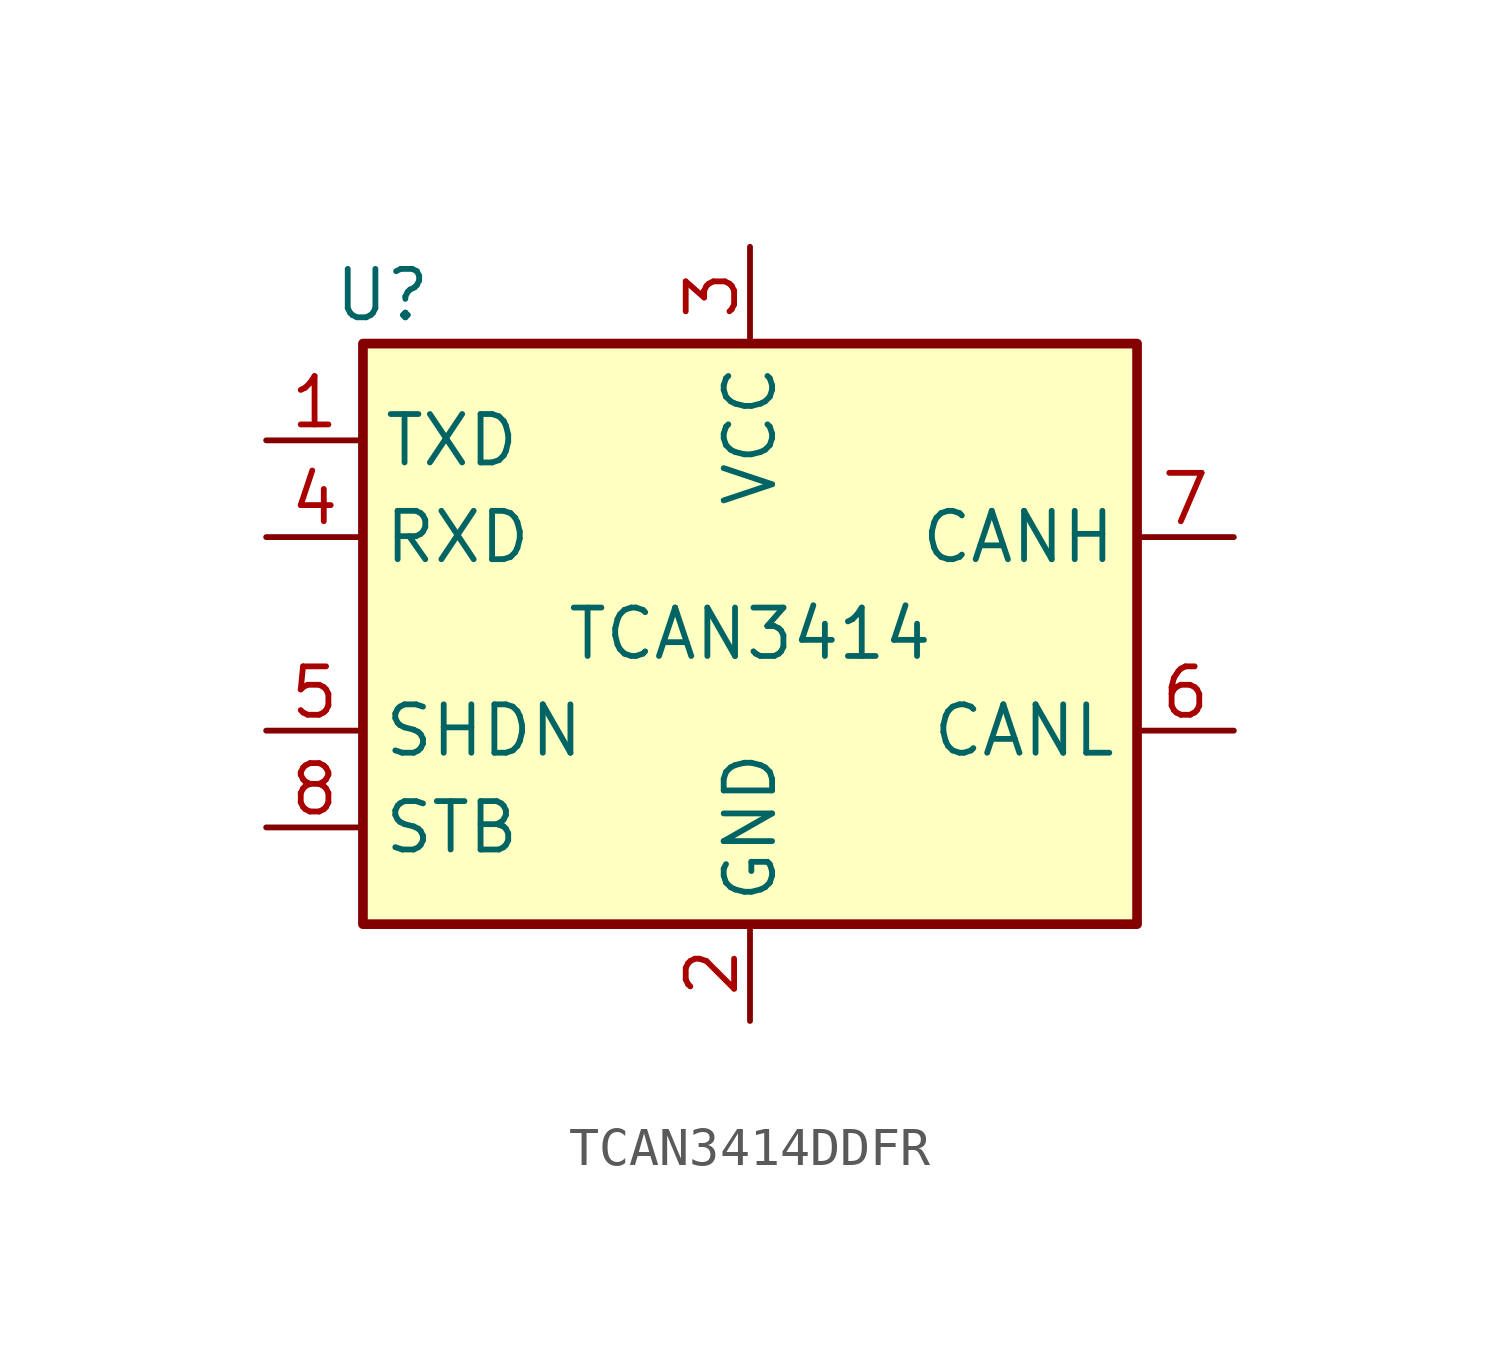
<source format=kicad_sym>
(kicad_symbol_lib
  (version 20241209)
  (generator "kicad_symbol_editor")
  (generator_version "9.0")
  (symbol "TCAN3414DDFR"
    (property "Reference" "U"
      (at -9.652 8.89 0)
      (effects (font (size 1.27 1.27))))
    (property "Value" "TCAN3414"
      (at 0 0 0)
      (effects (font (size 1.27 1.27))))
    (symbol "TCAN3414DDFR_0_1"
      (rectangle (start -10.16 7.62) (end 10.16 -7.62) (stroke (width 0.254) (type default)) (fill (type background))))
    (symbol "TCAN3414DDFR_1_1"
      (pin input line (at -12.7 5.08 0) (length 2.54) (name "TXD" (effects (font (size 1.27 1.27)))) (number "1" (effects (font (size 1.27 1.27)))))
      (pin tri_state line (at -12.7 2.54 0) (length 2.54) (name "RXD" (effects (font (size 1.27 1.27)))) (number "4" (effects (font (size 1.27 1.27)))))
      (pin input line (at -12.7 -2.54 0) (length 2.54) (name "SHDN" (effects (font (size 1.27 1.27)))) (number "5" (effects (font (size 1.27 1.27)))))
      (pin input line (at -12.7 -5.08 0) (length 2.54) (name "STB" (effects (font (size 1.27 1.27)))) (number "8" (effects (font (size 1.27 1.27)))))
      (pin power_in line (at 0 10.16 270) (length 2.54) (name "VCC" (effects (font (size 1.27 1.27)))) (number "3" (effects (font (size 1.27 1.27)))))
      (pin power_in line (at 0 -10.16 90) (length 2.54) (name "GND" (effects (font (size 1.27 1.27)))) (number "2" (effects (font (size 1.27 1.27)))))
      (pin bidirectional line (at 12.7 2.54 180) (length 2.54) (name "CANH" (effects (font (size 1.27 1.27)))) (number "7" (effects (font (size 1.27 1.27)))))
      (pin bidirectional line (at 12.7 -2.54 180) (length 2.54) (name "CANL" (effects (font (size 1.27 1.27)))) (number "6" (effects (font (size 1.27 1.27))))))))
</source>
